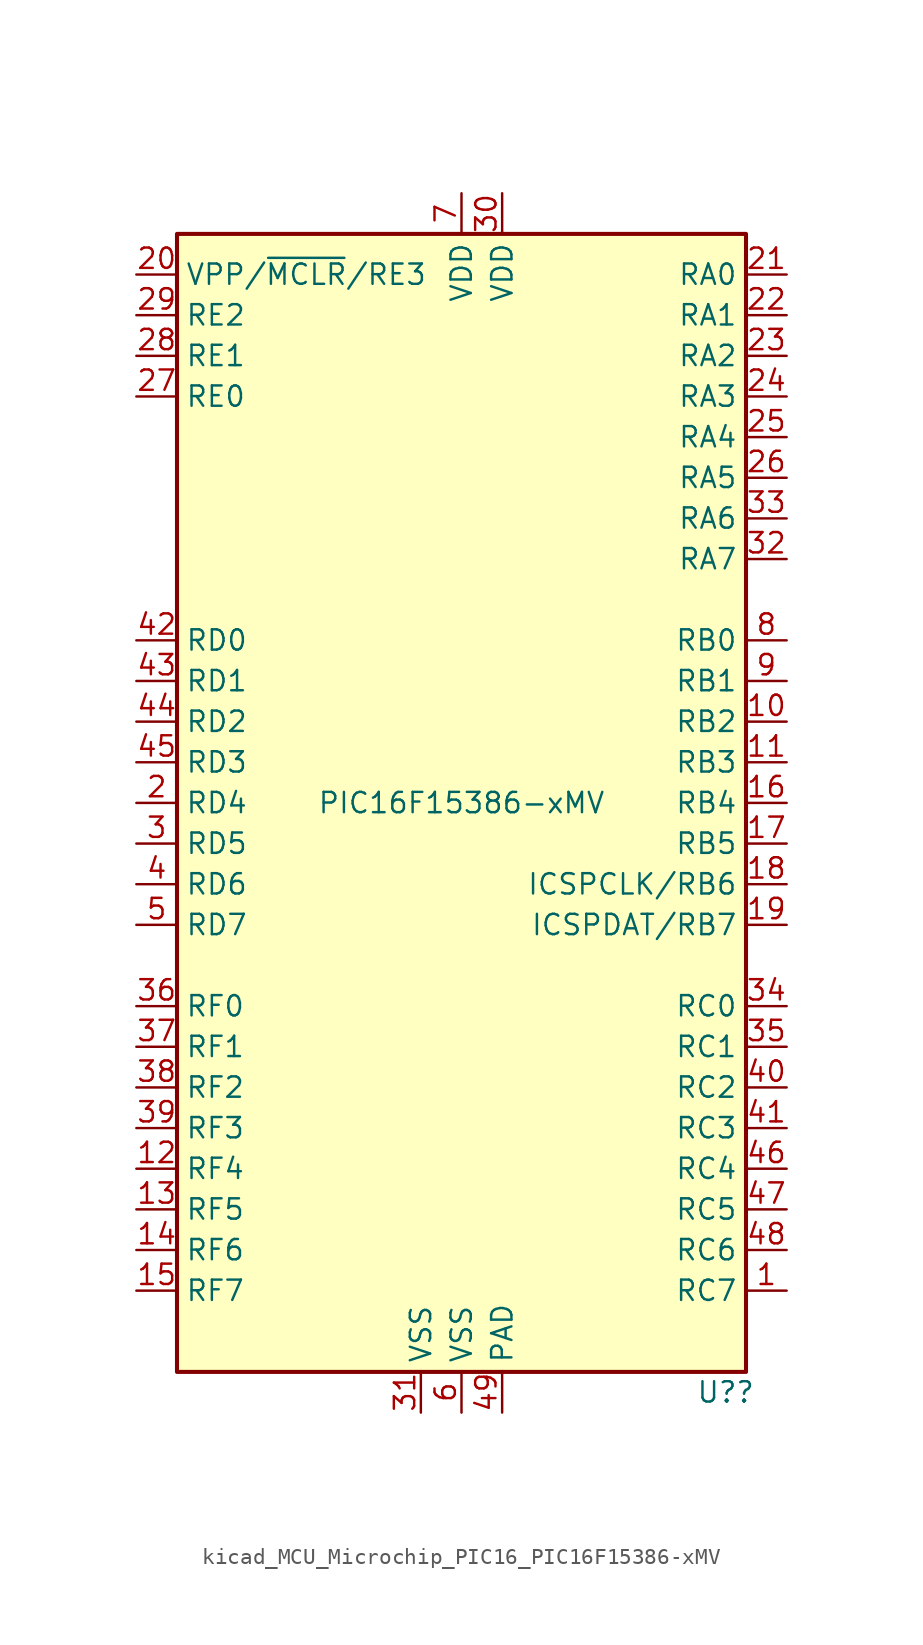
<source format=kicad_sym>
(kicad_symbol_lib
  (version 20220914)
  (generator kicad_symbol_editor)
  (symbol "kicad_MCU_Microchip_PIC16_PIC16F15386-xMV"
    (property "Reference" "U?"
      (at 16.51 -36.83 0)
      (effects (font (size 1.27 1.27))))
    (property "Value" "PIC16F15386-xMV"
      (at 0 0 0)
      (effects (font (size 1.27 1.27))))
    (symbol "kicad_MCU_Microchip_PIC16_PIC16F15386-xMV_0_0"
      (pin bidirectional line (at -20.32 -2.54 0) (length 2.54) (name "RD5" (effects (font (size 1.27 1.27)))) (number "3" (effects (font (size 1.27 1.27)))))
      (pin bidirectional line (at -20.32 -5.08 0) (length 2.54) (name "RD6" (effects (font (size 1.27 1.27)))) (number "4" (effects (font (size 1.27 1.27)))))
      (pin power_in line (at 2.54 -38.1 90) (length 2.54) (name "PAD" (effects (font (size 1.27 1.27)))) (number "49" (effects (font (size 1.27 1.27))))))
    (symbol "kicad_MCU_Microchip_PIC16_PIC16F15386-xMV_0_1"
      (rectangle (start -17.78 35.56) (end 17.78 -35.56) (stroke (width 0.254) (type default)) (fill (type background))))
    (symbol "kicad_MCU_Microchip_PIC16_PIC16F15386-xMV_1_1"
      (pin bidirectional line (at 20.32 -30.48 180) (length 2.54) (name "RC7" (effects (font (size 1.27 1.27)))) (number "1" (effects (font (size 1.27 1.27)))))
      (pin bidirectional line (at 20.32 5.08 180) (length 2.54) (name "RB2" (effects (font (size 1.27 1.27)))) (number "10" (effects (font (size 1.27 1.27)))))
      (pin bidirectional line (at 20.32 2.54 180) (length 2.54) (name "RB3" (effects (font (size 1.27 1.27)))) (number "11" (effects (font (size 1.27 1.27)))))
      (pin bidirectional line (at -20.32 -22.86 0) (length 2.54) (name "RF4" (effects (font (size 1.27 1.27)))) (number "12" (effects (font (size 1.27 1.27)))))
      (pin bidirectional line (at -20.32 -25.4 0) (length 2.54) (name "RF5" (effects (font (size 1.27 1.27)))) (number "13" (effects (font (size 1.27 1.27)))))
      (pin bidirectional line (at -20.32 -27.94 0) (length 2.54) (name "RF6" (effects (font (size 1.27 1.27)))) (number "14" (effects (font (size 1.27 1.27)))))
      (pin bidirectional line (at -20.32 -30.48 0) (length 2.54) (name "RF7" (effects (font (size 1.27 1.27)))) (number "15" (effects (font (size 1.27 1.27)))))
      (pin bidirectional line (at 20.32 0 180) (length 2.54) (name "RB4" (effects (font (size 1.27 1.27)))) (number "16" (effects (font (size 1.27 1.27)))))
      (pin bidirectional line (at 20.32 -2.54 180) (length 2.54) (name "RB5" (effects (font (size 1.27 1.27)))) (number "17" (effects (font (size 1.27 1.27)))))
      (pin bidirectional line (at 20.32 -5.08 180) (length 2.54) (name "ICSPCLK/RB6" (effects (font (size 1.27 1.27)))) (number "18" (effects (font (size 1.27 1.27)))))
      (pin bidirectional line (at 20.32 -7.62 180) (length 2.54) (name "ICSPDAT/RB7" (effects (font (size 1.27 1.27)))) (number "19" (effects (font (size 1.27 1.27)))))
      (pin bidirectional line (at -20.32 0 0) (length 2.54) (name "RD4" (effects (font (size 1.27 1.27)))) (number "2" (effects (font (size 1.27 1.27)))))
      (pin bidirectional line (at -20.32 33.02 0) (length 2.54) (name "VPP/~{MCLR}/RE3" (effects (font (size 1.27 1.27)))) (number "20" (effects (font (size 1.27 1.27)))))
      (pin bidirectional line (at 20.32 33.02 180) (length 2.54) (name "RA0" (effects (font (size 1.27 1.27)))) (number "21" (effects (font (size 1.27 1.27)))))
      (pin bidirectional line (at 20.32 30.48 180) (length 2.54) (name "RA1" (effects (font (size 1.27 1.27)))) (number "22" (effects (font (size 1.27 1.27)))))
      (pin bidirectional line (at 20.32 27.94 180) (length 2.54) (name "RA2" (effects (font (size 1.27 1.27)))) (number "23" (effects (font (size 1.27 1.27)))))
      (pin bidirectional line (at 20.32 25.4 180) (length 2.54) (name "RA3" (effects (font (size 1.27 1.27)))) (number "24" (effects (font (size 1.27 1.27)))))
      (pin bidirectional line (at 20.32 22.86 180) (length 2.54) (name "RA4" (effects (font (size 1.27 1.27)))) (number "25" (effects (font (size 1.27 1.27)))))
      (pin bidirectional line (at 20.32 20.32 180) (length 2.54) (name "RA5" (effects (font (size 1.27 1.27)))) (number "26" (effects (font (size 1.27 1.27)))))
      (pin bidirectional line (at -20.32 25.4 0) (length 2.54) (name "RE0" (effects (font (size 1.27 1.27)))) (number "27" (effects (font (size 1.27 1.27)))))
      (pin bidirectional line (at -20.32 27.94 0) (length 2.54) (name "RE1" (effects (font (size 1.27 1.27)))) (number "28" (effects (font (size 1.27 1.27)))))
      (pin bidirectional line (at -20.32 30.48 0) (length 2.54) (name "RE2" (effects (font (size 1.27 1.27)))) (number "29" (effects (font (size 1.27 1.27)))))
      (pin power_in line (at 2.54 38.1 270) (length 2.54) (name "VDD" (effects (font (size 1.27 1.27)))) (number "30" (effects (font (size 1.27 1.27)))))
      (pin power_in line (at -2.54 -38.1 90) (length 2.54) (name "VSS" (effects (font (size 1.27 1.27)))) (number "31" (effects (font (size 1.27 1.27)))))
      (pin bidirectional line (at 20.32 15.24 180) (length 2.54) (name "RA7" (effects (font (size 1.27 1.27)))) (number "32" (effects (font (size 1.27 1.27)))))
      (pin bidirectional line (at 20.32 17.78 180) (length 2.54) (name "RA6" (effects (font (size 1.27 1.27)))) (number "33" (effects (font (size 1.27 1.27)))))
      (pin bidirectional line (at 20.32 -12.7 180) (length 2.54) (name "RC0" (effects (font (size 1.27 1.27)))) (number "34" (effects (font (size 1.27 1.27)))))
      (pin bidirectional line (at 20.32 -15.24 180) (length 2.54) (name "RC1" (effects (font (size 1.27 1.27)))) (number "35" (effects (font (size 1.27 1.27)))))
      (pin bidirectional line (at -20.32 -12.7 0) (length 2.54) (name "RF0" (effects (font (size 1.27 1.27)))) (number "36" (effects (font (size 1.27 1.27)))))
      (pin bidirectional line (at -20.32 -15.24 0) (length 2.54) (name "RF1" (effects (font (size 1.27 1.27)))) (number "37" (effects (font (size 1.27 1.27)))))
      (pin bidirectional line (at -20.32 -17.78 0) (length 2.54) (name "RF2" (effects (font (size 1.27 1.27)))) (number "38" (effects (font (size 1.27 1.27)))))
      (pin bidirectional line (at -20.32 -20.32 0) (length 2.54) (name "RF3" (effects (font (size 1.27 1.27)))) (number "39" (effects (font (size 1.27 1.27)))))
      (pin bidirectional line (at 20.32 -17.78 180) (length 2.54) (name "RC2" (effects (font (size 1.27 1.27)))) (number "40" (effects (font (size 1.27 1.27)))))
      (pin bidirectional line (at 20.32 -20.32 180) (length 2.54) (name "RC3" (effects (font (size 1.27 1.27)))) (number "41" (effects (font (size 1.27 1.27)))))
      (pin bidirectional line (at -20.32 10.16 0) (length 2.54) (name "RD0" (effects (font (size 1.27 1.27)))) (number "42" (effects (font (size 1.27 1.27)))))
      (pin bidirectional line (at -20.32 7.62 0) (length 2.54) (name "RD1" (effects (font (size 1.27 1.27)))) (number "43" (effects (font (size 1.27 1.27)))))
      (pin bidirectional line (at -20.32 5.08 0) (length 2.54) (name "RD2" (effects (font (size 1.27 1.27)))) (number "44" (effects (font (size 1.27 1.27)))))
      (pin bidirectional line (at -20.32 2.54 0) (length 2.54) (name "RD3" (effects (font (size 1.27 1.27)))) (number "45" (effects (font (size 1.27 1.27)))))
      (pin bidirectional line (at 20.32 -22.86 180) (length 2.54) (name "RC4" (effects (font (size 1.27 1.27)))) (number "46" (effects (font (size 1.27 1.27)))))
      (pin bidirectional line (at 20.32 -25.4 180) (length 2.54) (name "RC5" (effects (font (size 1.27 1.27)))) (number "47" (effects (font (size 1.27 1.27)))))
      (pin bidirectional line (at 20.32 -27.94 180) (length 2.54) (name "RC6" (effects (font (size 1.27 1.27)))) (number "48" (effects (font (size 1.27 1.27)))))
      (pin bidirectional line (at -20.32 -7.62 0) (length 2.54) (name "RD7" (effects (font (size 1.27 1.27)))) (number "5" (effects (font (size 1.27 1.27)))))
      (pin power_in line (at 0 -38.1 90) (length 2.54) (name "VSS" (effects (font (size 1.27 1.27)))) (number "6" (effects (font (size 1.27 1.27)))))
      (pin power_in line (at 0 38.1 270) (length 2.54) (name "VDD" (effects (font (size 1.27 1.27)))) (number "7" (effects (font (size 1.27 1.27)))))
      (pin bidirectional line (at 20.32 10.16 180) (length 2.54) (name "RB0" (effects (font (size 1.27 1.27)))) (number "8" (effects (font (size 1.27 1.27)))))
      (pin bidirectional line (at 20.32 7.62 180) (length 2.54) (name "RB1" (effects (font (size 1.27 1.27)))) (number "9" (effects (font (size 1.27 1.27))))))))
</source>
